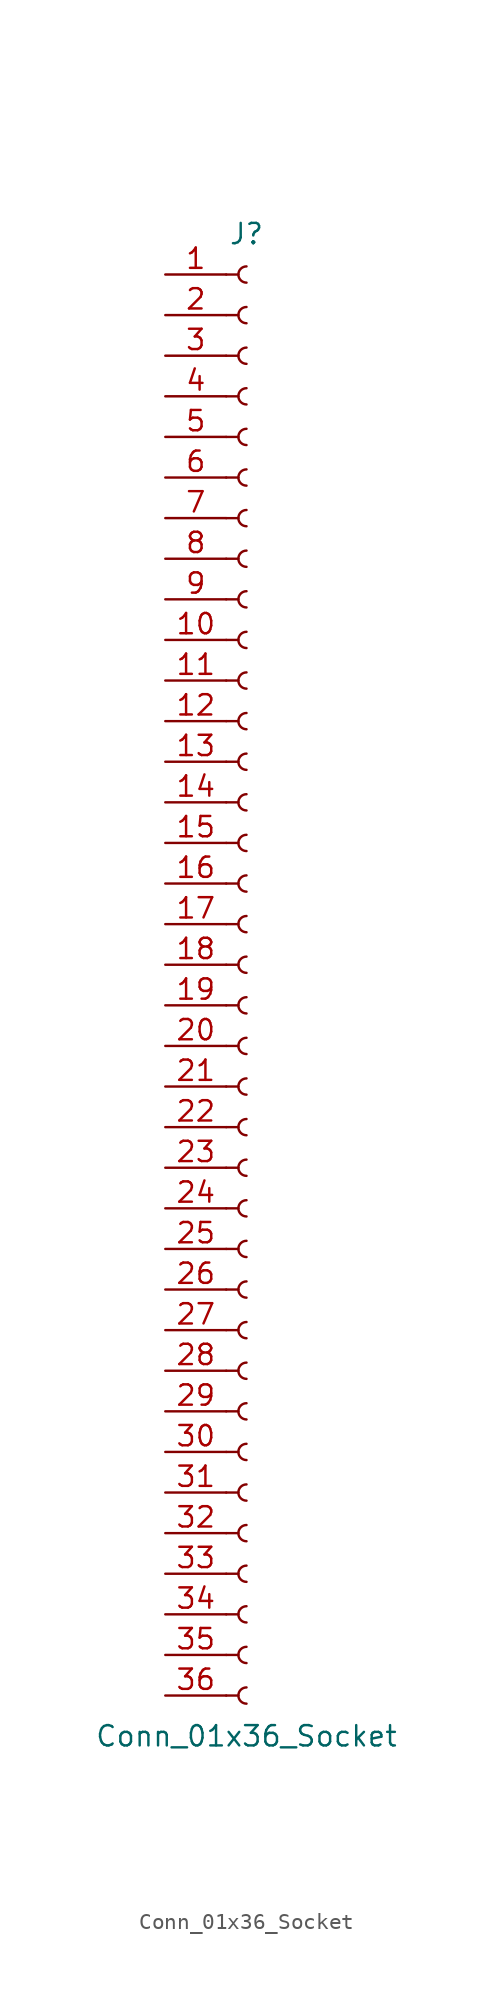
<source format=kicad_sym>
(kicad_symbol_lib
  (version 20220914)
  (generator kicad_symbol_editor)
  (symbol "Conn_01x36_Socket"
    (pin_names
      (offset 1.016) hide)
    (property "Reference" "J"
      (at 0 45.72 0)
      (effects (font (size 1.27 1.27))))
    (property "Value" "Conn_01x36_Socket"
      (at 0 -48.26 0)
      (effects (font (size 1.27 1.27))))
    (property "ki_locked" ""
      (at 0 0 0)
      (effects (font (size 1.27 1.27))))
    (symbol "Conn_01x36_Socket_1_1"
      (arc (start 0 -45.212) (mid -0.5058 -45.72) (end 0 -46.228) (stroke (width 0.1524) (type default)) (fill (type none)))
      (arc (start 0 -42.672) (mid -0.5058 -43.18) (end 0 -43.688) (stroke (width 0.1524) (type default)) (fill (type none)))
      (arc (start 0 -40.132) (mid -0.5058 -40.64) (end 0 -41.148) (stroke (width 0.1524) (type default)) (fill (type none)))
      (arc (start 0 -37.592) (mid -0.5058 -38.1) (end 0 -38.608) (stroke (width 0.1524) (type default)) (fill (type none)))
      (arc (start 0 -35.052) (mid -0.5058 -35.56) (end 0 -36.068) (stroke (width 0.1524) (type default)) (fill (type none)))
      (arc (start 0 -32.512) (mid -0.5058 -33.02) (end 0 -33.528) (stroke (width 0.1524) (type default)) (fill (type none)))
      (arc (start 0 -29.972) (mid -0.5058 -30.48) (end 0 -30.988) (stroke (width 0.1524) (type default)) (fill (type none)))
      (arc (start 0 -27.432) (mid -0.5058 -27.94) (end 0 -28.448) (stroke (width 0.1524) (type default)) (fill (type none)))
      (arc (start 0 -24.892) (mid -0.5058 -25.4) (end 0 -25.908) (stroke (width 0.1524) (type default)) (fill (type none)))
      (arc (start 0 -22.352) (mid -0.5058 -22.86) (end 0 -23.368) (stroke (width 0.1524) (type default)) (fill (type none)))
      (arc (start 0 -19.812) (mid -0.5058 -20.32) (end 0 -20.828) (stroke (width 0.1524) (type default)) (fill (type none)))
      (arc (start 0 -17.272) (mid -0.5058 -17.78) (end 0 -18.288) (stroke (width 0.1524) (type default)) (fill (type none)))
      (arc (start 0 -14.732) (mid -0.5058 -15.24) (end 0 -15.748) (stroke (width 0.1524) (type default)) (fill (type none)))
      (arc (start 0 -12.192) (mid -0.5058 -12.7) (end 0 -13.208) (stroke (width 0.1524) (type default)) (fill (type none)))
      (arc (start 0 -9.652) (mid -0.5058 -10.16) (end 0 -10.668) (stroke (width 0.1524) (type default)) (fill (type none)))
      (arc (start 0 -7.112) (mid -0.5058 -7.62) (end 0 -8.128) (stroke (width 0.1524) (type default)) (fill (type none)))
      (arc (start 0 -4.572) (mid -0.5058 -5.08) (end 0 -5.588) (stroke (width 0.1524) (type default)) (fill (type none)))
      (arc (start 0 -2.032) (mid -0.5058 -2.54) (end 0 -3.048) (stroke (width 0.1524) (type default)) (fill (type none)))
      (polyline (pts (xy -1.27 -45.72) (xy -0.508 -45.72)) (stroke (width 0.152) (type default)) (fill (type none)))
      (polyline (pts (xy -1.27 -43.18) (xy -0.508 -43.18)) (stroke (width 0.152) (type default)) (fill (type none)))
      (polyline (pts (xy -1.27 -40.64) (xy -0.508 -40.64)) (stroke (width 0.152) (type default)) (fill (type none)))
      (polyline (pts (xy -1.27 -38.1) (xy -0.508 -38.1)) (stroke (width 0.152) (type default)) (fill (type none)))
      (polyline (pts (xy -1.27 -35.56) (xy -0.508 -35.56)) (stroke (width 0.152) (type default)) (fill (type none)))
      (polyline (pts (xy -1.27 -33.02) (xy -0.508 -33.02)) (stroke (width 0.152) (type default)) (fill (type none)))
      (polyline (pts (xy -1.27 -30.48) (xy -0.508 -30.48)) (stroke (width 0.152) (type default)) (fill (type none)))
      (polyline (pts (xy -1.27 -27.94) (xy -0.508 -27.94)) (stroke (width 0.152) (type default)) (fill (type none)))
      (polyline (pts (xy -1.27 -25.4) (xy -0.508 -25.4)) (stroke (width 0.152) (type default)) (fill (type none)))
      (polyline (pts (xy -1.27 -22.86) (xy -0.508 -22.86)) (stroke (width 0.152) (type default)) (fill (type none)))
      (polyline (pts (xy -1.27 -20.32) (xy -0.508 -20.32)) (stroke (width 0.152) (type default)) (fill (type none)))
      (polyline (pts (xy -1.27 -17.78) (xy -0.508 -17.78)) (stroke (width 0.152) (type default)) (fill (type none)))
      (polyline (pts (xy -1.27 -15.24) (xy -0.508 -15.24)) (stroke (width 0.152) (type default)) (fill (type none)))
      (polyline (pts (xy -1.27 -12.7) (xy -0.508 -12.7)) (stroke (width 0.152) (type default)) (fill (type none)))
      (polyline (pts (xy -1.27 -10.16) (xy -0.508 -10.16)) (stroke (width 0.152) (type default)) (fill (type none)))
      (polyline (pts (xy -1.27 -7.62) (xy -0.508 -7.62)) (stroke (width 0.152) (type default)) (fill (type none)))
      (polyline (pts (xy -1.27 -5.08) (xy -0.508 -5.08)) (stroke (width 0.152) (type default)) (fill (type none)))
      (polyline (pts (xy -1.27 -2.54) (xy -0.508 -2.54)) (stroke (width 0.152) (type default)) (fill (type none)))
      (polyline (pts (xy -1.27 0) (xy -0.508 0)) (stroke (width 0.152) (type default)) (fill (type none)))
      (polyline (pts (xy -1.27 2.54) (xy -0.508 2.54)) (stroke (width 0.152) (type default)) (fill (type none)))
      (polyline (pts (xy -1.27 5.08) (xy -0.508 5.08)) (stroke (width 0.152) (type default)) (fill (type none)))
      (polyline (pts (xy -1.27 7.62) (xy -0.508 7.62)) (stroke (width 0.152) (type default)) (fill (type none)))
      (polyline (pts (xy -1.27 10.16) (xy -0.508 10.16)) (stroke (width 0.152) (type default)) (fill (type none)))
      (polyline (pts (xy -1.27 12.7) (xy -0.508 12.7)) (stroke (width 0.152) (type default)) (fill (type none)))
      (polyline (pts (xy -1.27 15.24) (xy -0.508 15.24)) (stroke (width 0.152) (type default)) (fill (type none)))
      (polyline (pts (xy -1.27 17.78) (xy -0.508 17.78)) (stroke (width 0.152) (type default)) (fill (type none)))
      (polyline (pts (xy -1.27 20.32) (xy -0.508 20.32)) (stroke (width 0.152) (type default)) (fill (type none)))
      (polyline (pts (xy -1.27 22.86) (xy -0.508 22.86)) (stroke (width 0.152) (type default)) (fill (type none)))
      (polyline (pts (xy -1.27 25.4) (xy -0.508 25.4)) (stroke (width 0.152) (type default)) (fill (type none)))
      (polyline (pts (xy -1.27 27.94) (xy -0.508 27.94)) (stroke (width 0.152) (type default)) (fill (type none)))
      (polyline (pts (xy -1.27 30.48) (xy -0.508 30.48)) (stroke (width 0.152) (type default)) (fill (type none)))
      (polyline (pts (xy -1.27 33.02) (xy -0.508 33.02)) (stroke (width 0.152) (type default)) (fill (type none)))
      (polyline (pts (xy -1.27 35.56) (xy -0.508 35.56)) (stroke (width 0.152) (type default)) (fill (type none)))
      (polyline (pts (xy -1.27 38.1) (xy -0.508 38.1)) (stroke (width 0.152) (type default)) (fill (type none)))
      (polyline (pts (xy -1.27 40.64) (xy -0.508 40.64)) (stroke (width 0.152) (type default)) (fill (type none)))
      (polyline (pts (xy -1.27 43.18) (xy -0.508 43.18)) (stroke (width 0.152) (type default)) (fill (type none)))
      (arc (start 0 0.508) (mid -0.5058 0) (end 0 -0.508) (stroke (width 0.1524) (type default)) (fill (type none)))
      (arc (start 0 3.048) (mid -0.5058 2.54) (end 0 2.032) (stroke (width 0.1524) (type default)) (fill (type none)))
      (arc (start 0 5.588) (mid -0.5058 5.08) (end 0 4.572) (stroke (width 0.1524) (type default)) (fill (type none)))
      (arc (start 0 8.128) (mid -0.5058 7.62) (end 0 7.112) (stroke (width 0.1524) (type default)) (fill (type none)))
      (arc (start 0 10.668) (mid -0.5058 10.16) (end 0 9.652) (stroke (width 0.1524) (type default)) (fill (type none)))
      (arc (start 0 13.208) (mid -0.5058 12.7) (end 0 12.192) (stroke (width 0.1524) (type default)) (fill (type none)))
      (arc (start 0 15.748) (mid -0.5058 15.24) (end 0 14.732) (stroke (width 0.1524) (type default)) (fill (type none)))
      (arc (start 0 18.288) (mid -0.5058 17.78) (end 0 17.272) (stroke (width 0.1524) (type default)) (fill (type none)))
      (arc (start 0 20.828) (mid -0.5058 20.32) (end 0 19.812) (stroke (width 0.1524) (type default)) (fill (type none)))
      (arc (start 0 23.368) (mid -0.5058 22.86) (end 0 22.352) (stroke (width 0.1524) (type default)) (fill (type none)))
      (arc (start 0 25.908) (mid -0.5058 25.4) (end 0 24.892) (stroke (width 0.1524) (type default)) (fill (type none)))
      (arc (start 0 28.448) (mid -0.5058 27.94) (end 0 27.432) (stroke (width 0.1524) (type default)) (fill (type none)))
      (arc (start 0 30.988) (mid -0.5058 30.48) (end 0 29.972) (stroke (width 0.1524) (type default)) (fill (type none)))
      (arc (start 0 33.528) (mid -0.5058 33.02) (end 0 32.512) (stroke (width 0.1524) (type default)) (fill (type none)))
      (arc (start 0 36.068) (mid -0.5058 35.56) (end 0 35.052) (stroke (width 0.1524) (type default)) (fill (type none)))
      (arc (start 0 38.608) (mid -0.5058 38.1) (end 0 37.592) (stroke (width 0.1524) (type default)) (fill (type none)))
      (arc (start 0 41.148) (mid -0.5058 40.64) (end 0 40.132) (stroke (width 0.1524) (type default)) (fill (type none)))
      (arc (start 0 43.688) (mid -0.5058 43.18) (end 0 42.672) (stroke (width 0.1524) (type default)) (fill (type none)))
      (pin passive line (at -5.08 43.18 0) (length 3.81) (name "Pin_1" (effects (font (size 1.27 1.27)))) (number "1" (effects (font (size 1.27 1.27)))))
      (pin passive line (at -5.08 20.32 0) (length 3.81) (name "Pin_10" (effects (font (size 1.27 1.27)))) (number "10" (effects (font (size 1.27 1.27)))))
      (pin passive line (at -5.08 17.78 0) (length 3.81) (name "Pin_11" (effects (font (size 1.27 1.27)))) (number "11" (effects (font (size 1.27 1.27)))))
      (pin passive line (at -5.08 15.24 0) (length 3.81) (name "Pin_12" (effects (font (size 1.27 1.27)))) (number "12" (effects (font (size 1.27 1.27)))))
      (pin passive line (at -5.08 12.7 0) (length 3.81) (name "Pin_13" (effects (font (size 1.27 1.27)))) (number "13" (effects (font (size 1.27 1.27)))))
      (pin passive line (at -5.08 10.16 0) (length 3.81) (name "Pin_14" (effects (font (size 1.27 1.27)))) (number "14" (effects (font (size 1.27 1.27)))))
      (pin passive line (at -5.08 7.62 0) (length 3.81) (name "Pin_15" (effects (font (size 1.27 1.27)))) (number "15" (effects (font (size 1.27 1.27)))))
      (pin passive line (at -5.08 5.08 0) (length 3.81) (name "Pin_16" (effects (font (size 1.27 1.27)))) (number "16" (effects (font (size 1.27 1.27)))))
      (pin passive line (at -5.08 2.54 0) (length 3.81) (name "Pin_17" (effects (font (size 1.27 1.27)))) (number "17" (effects (font (size 1.27 1.27)))))
      (pin passive line (at -5.08 0 0) (length 3.81) (name "Pin_18" (effects (font (size 1.27 1.27)))) (number "18" (effects (font (size 1.27 1.27)))))
      (pin passive line (at -5.08 -2.54 0) (length 3.81) (name "Pin_19" (effects (font (size 1.27 1.27)))) (number "19" (effects (font (size 1.27 1.27)))))
      (pin passive line (at -5.08 40.64 0) (length 3.81) (name "Pin_2" (effects (font (size 1.27 1.27)))) (number "2" (effects (font (size 1.27 1.27)))))
      (pin passive line (at -5.08 -5.08 0) (length 3.81) (name "Pin_20" (effects (font (size 1.27 1.27)))) (number "20" (effects (font (size 1.27 1.27)))))
      (pin passive line (at -5.08 -7.62 0) (length 3.81) (name "Pin_21" (effects (font (size 1.27 1.27)))) (number "21" (effects (font (size 1.27 1.27)))))
      (pin passive line (at -5.08 -10.16 0) (length 3.81) (name "Pin_22" (effects (font (size 1.27 1.27)))) (number "22" (effects (font (size 1.27 1.27)))))
      (pin passive line (at -5.08 -12.7 0) (length 3.81) (name "Pin_23" (effects (font (size 1.27 1.27)))) (number "23" (effects (font (size 1.27 1.27)))))
      (pin passive line (at -5.08 -15.24 0) (length 3.81) (name "Pin_24" (effects (font (size 1.27 1.27)))) (number "24" (effects (font (size 1.27 1.27)))))
      (pin passive line (at -5.08 -17.78 0) (length 3.81) (name "Pin_25" (effects (font (size 1.27 1.27)))) (number "25" (effects (font (size 1.27 1.27)))))
      (pin passive line (at -5.08 -20.32 0) (length 3.81) (name "Pin_26" (effects (font (size 1.27 1.27)))) (number "26" (effects (font (size 1.27 1.27)))))
      (pin passive line (at -5.08 -22.86 0) (length 3.81) (name "Pin_27" (effects (font (size 1.27 1.27)))) (number "27" (effects (font (size 1.27 1.27)))))
      (pin passive line (at -5.08 -25.4 0) (length 3.81) (name "Pin_28" (effects (font (size 1.27 1.27)))) (number "28" (effects (font (size 1.27 1.27)))))
      (pin passive line (at -5.08 -27.94 0) (length 3.81) (name "Pin_29" (effects (font (size 1.27 1.27)))) (number "29" (effects (font (size 1.27 1.27)))))
      (pin passive line (at -5.08 38.1 0) (length 3.81) (name "Pin_3" (effects (font (size 1.27 1.27)))) (number "3" (effects (font (size 1.27 1.27)))))
      (pin passive line (at -5.08 -30.48 0) (length 3.81) (name "Pin_30" (effects (font (size 1.27 1.27)))) (number "30" (effects (font (size 1.27 1.27)))))
      (pin passive line (at -5.08 -33.02 0) (length 3.81) (name "Pin_31" (effects (font (size 1.27 1.27)))) (number "31" (effects (font (size 1.27 1.27)))))
      (pin passive line (at -5.08 -35.56 0) (length 3.81) (name "Pin_32" (effects (font (size 1.27 1.27)))) (number "32" (effects (font (size 1.27 1.27)))))
      (pin passive line (at -5.08 -38.1 0) (length 3.81) (name "Pin_33" (effects (font (size 1.27 1.27)))) (number "33" (effects (font (size 1.27 1.27)))))
      (pin passive line (at -5.08 -40.64 0) (length 3.81) (name "Pin_34" (effects (font (size 1.27 1.27)))) (number "34" (effects (font (size 1.27 1.27)))))
      (pin passive line (at -5.08 -43.18 0) (length 3.81) (name "Pin_35" (effects (font (size 1.27 1.27)))) (number "35" (effects (font (size 1.27 1.27)))))
      (pin passive line (at -5.08 -45.72 0) (length 3.81) (name "Pin_36" (effects (font (size 1.27 1.27)))) (number "36" (effects (font (size 1.27 1.27)))))
      (pin passive line (at -5.08 35.56 0) (length 3.81) (name "Pin_4" (effects (font (size 1.27 1.27)))) (number "4" (effects (font (size 1.27 1.27)))))
      (pin passive line (at -5.08 33.02 0) (length 3.81) (name "Pin_5" (effects (font (size 1.27 1.27)))) (number "5" (effects (font (size 1.27 1.27)))))
      (pin passive line (at -5.08 30.48 0) (length 3.81) (name "Pin_6" (effects (font (size 1.27 1.27)))) (number "6" (effects (font (size 1.27 1.27)))))
      (pin passive line (at -5.08 27.94 0) (length 3.81) (name "Pin_7" (effects (font (size 1.27 1.27)))) (number "7" (effects (font (size 1.27 1.27)))))
      (pin passive line (at -5.08 25.4 0) (length 3.81) (name "Pin_8" (effects (font (size 1.27 1.27)))) (number "8" (effects (font (size 1.27 1.27)))))
      (pin passive line (at -5.08 22.86 0) (length 3.81) (name "Pin_9" (effects (font (size 1.27 1.27)))) (number "9" (effects (font (size 1.27 1.27))))))))
</source>
